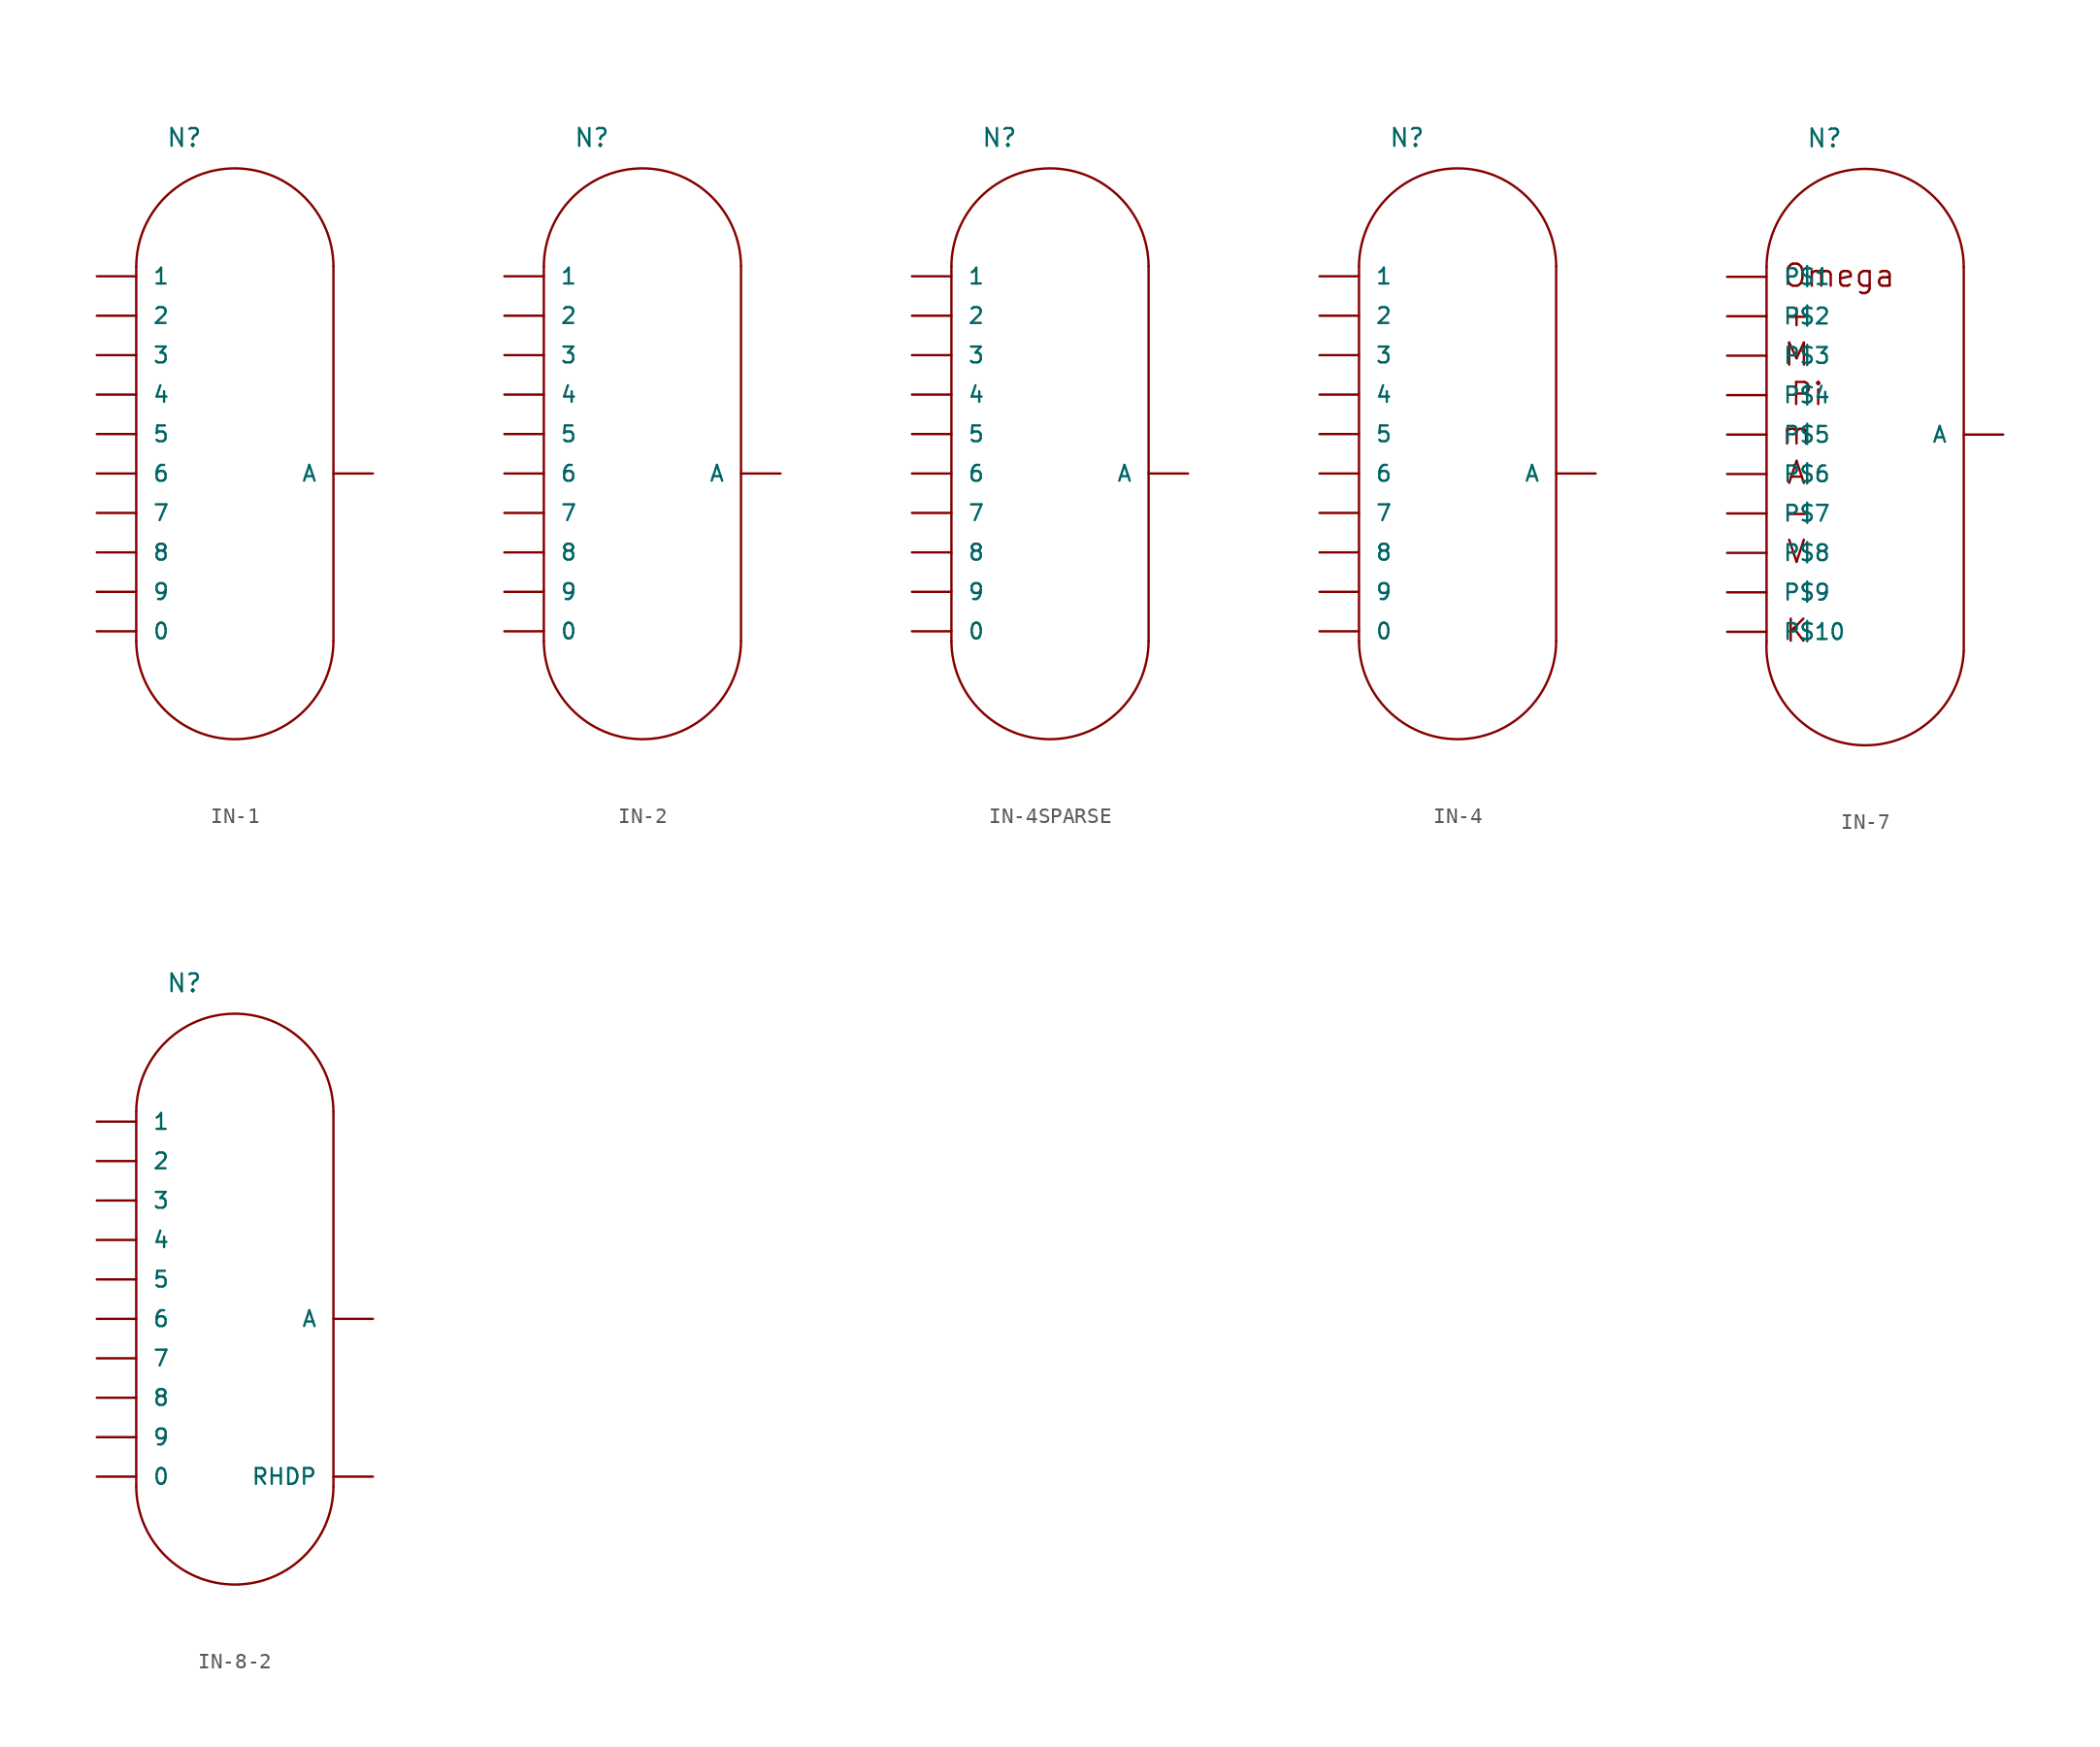
<source format=kicad_sym>
(kicad_symbol_lib
  (version 20220914)
  (generator kicad_symbol_editor)
  (symbol "IN-1"
    (pin_numbers hide)
    (pin_names
      (offset 1.016))
    (property "Reference" "N"
      (at -5.715 20.955 0)
      (effects (font (size 1.143 1.143)) (justify left bottom)))
    (property "ki_locked" ""
      (at 0 0 0)
      (effects (font (size 1.27 1.27))))
    (symbol "IN-1_1_0"
      (polyline (pts (xy -7.62 -10.795) (xy -7.62 13.335)) (stroke (width 0) (type solid)) (fill (type none)))
      (polyline (pts (xy 5.08 -10.795) (xy 5.08 13.335)) (stroke (width 0) (type solid)) (fill (type none))))
    (symbol "IN-1_1_1"
      (arc (start -7.62 -10.795) (mid -1.27 -17.1174) (end 5.08 -10.795) (stroke (width 0) (type solid)) (fill (type none)))
      (arc (start 5.08 13.335) (mid -1.27 19.6574) (end -7.62 13.335) (stroke (width 0) (type solid)) (fill (type none)))
      (pin bidirectional line (at -10.16 -10.16 0) (length 2.54) (name "0" (effects (font (size 1.016 1.016)))) (number "0" (effects (font (size 1.016 1.016)))))
      (pin bidirectional line (at -10.16 12.7 0) (length 2.54) (name "1" (effects (font (size 1.016 1.016)))) (number "1" (effects (font (size 1.016 1.016)))))
      (pin bidirectional line (at -10.16 10.16 0) (length 2.54) (name "2" (effects (font (size 1.016 1.016)))) (number "2" (effects (font (size 1.016 1.016)))))
      (pin bidirectional line (at -10.16 7.62 0) (length 2.54) (name "3" (effects (font (size 1.016 1.016)))) (number "3" (effects (font (size 1.016 1.016)))))
      (pin bidirectional line (at -10.16 5.08 0) (length 2.54) (name "4" (effects (font (size 1.016 1.016)))) (number "4" (effects (font (size 1.016 1.016)))))
      (pin bidirectional line (at -10.16 2.54 0) (length 2.54) (name "5" (effects (font (size 1.016 1.016)))) (number "5" (effects (font (size 1.016 1.016)))))
      (pin bidirectional line (at -10.16 0 0) (length 2.54) (name "6" (effects (font (size 1.016 1.016)))) (number "6" (effects (font (size 1.016 1.016)))))
      (pin bidirectional line (at -10.16 -2.54 0) (length 2.54) (name "7" (effects (font (size 1.016 1.016)))) (number "7" (effects (font (size 1.016 1.016)))))
      (pin bidirectional line (at -10.16 -5.08 0) (length 2.54) (name "8" (effects (font (size 1.016 1.016)))) (number "8" (effects (font (size 1.016 1.016)))))
      (pin bidirectional line (at -10.16 -7.62 0) (length 2.54) (name "9" (effects (font (size 1.016 1.016)))) (number "9" (effects (font (size 1.016 1.016)))))
      (pin bidirectional line (at 7.62 0 180) (length 2.54) (name "A" (effects (font (size 1.016 1.016)))) (number "A" (effects (font (size 1.016 1.016)))))))
  (symbol "IN-2"
    (pin_numbers hide)
    (pin_names
      (offset 1.016))
    (property "Reference" "N"
      (at -5.715 20.955 0)
      (effects (font (size 1.143 1.143)) (justify left bottom)))
    (property "ki_locked" ""
      (at 0 0 0)
      (effects (font (size 1.27 1.27))))
    (symbol "IN-2_1_0"
      (polyline (pts (xy -7.62 -10.795) (xy -7.62 13.335)) (stroke (width 0) (type solid)) (fill (type none)))
      (polyline (pts (xy 5.08 -10.795) (xy 5.08 13.335)) (stroke (width 0) (type solid)) (fill (type none))))
    (symbol "IN-2_1_1"
      (arc (start -7.62 -10.795) (mid -1.27 -17.1174) (end 5.08 -10.795) (stroke (width 0) (type solid)) (fill (type none)))
      (arc (start 5.08 13.335) (mid -1.27 19.6574) (end -7.62 13.335) (stroke (width 0) (type solid)) (fill (type none)))
      (pin bidirectional line (at -10.16 -10.16 0) (length 2.54) (name "0" (effects (font (size 1.016 1.016)))) (number "0" (effects (font (size 1.016 1.016)))))
      (pin bidirectional line (at -10.16 12.7 0) (length 2.54) (name "1" (effects (font (size 1.016 1.016)))) (number "1" (effects (font (size 1.016 1.016)))))
      (pin bidirectional line (at -10.16 10.16 0) (length 2.54) (name "2" (effects (font (size 1.016 1.016)))) (number "2" (effects (font (size 1.016 1.016)))))
      (pin bidirectional line (at -10.16 7.62 0) (length 2.54) (name "3" (effects (font (size 1.016 1.016)))) (number "3" (effects (font (size 1.016 1.016)))))
      (pin bidirectional line (at -10.16 5.08 0) (length 2.54) (name "4" (effects (font (size 1.016 1.016)))) (number "4" (effects (font (size 1.016 1.016)))))
      (pin bidirectional line (at -10.16 2.54 0) (length 2.54) (name "5" (effects (font (size 1.016 1.016)))) (number "5" (effects (font (size 1.016 1.016)))))
      (pin bidirectional line (at -10.16 0 0) (length 2.54) (name "6" (effects (font (size 1.016 1.016)))) (number "6" (effects (font (size 1.016 1.016)))))
      (pin bidirectional line (at -10.16 -2.54 0) (length 2.54) (name "7" (effects (font (size 1.016 1.016)))) (number "7" (effects (font (size 1.016 1.016)))))
      (pin bidirectional line (at -10.16 -5.08 0) (length 2.54) (name "8" (effects (font (size 1.016 1.016)))) (number "8" (effects (font (size 1.016 1.016)))))
      (pin bidirectional line (at -10.16 -7.62 0) (length 2.54) (name "9" (effects (font (size 1.016 1.016)))) (number "9" (effects (font (size 1.016 1.016)))))
      (pin bidirectional line (at 7.62 0 180) (length 2.54) (name "A" (effects (font (size 1.016 1.016)))) (number "A" (effects (font (size 1.016 1.016)))))))
  (symbol "IN-4SPARSE"
    (pin_numbers hide)
    (pin_names
      (offset 1.016))
    (property "Reference" "N"
      (at -5.715 20.955 0)
      (effects (font (size 1.143 1.143)) (justify left bottom)))
    (property "ki_locked" ""
      (at 0 0 0)
      (effects (font (size 1.27 1.27))))
    (symbol "IN-4SPARSE_1_0"
      (polyline (pts (xy -7.62 -10.795) (xy -7.62 13.335)) (stroke (width 0) (type solid)) (fill (type none)))
      (polyline (pts (xy 5.08 -10.795) (xy 5.08 13.335)) (stroke (width 0) (type solid)) (fill (type none))))
    (symbol "IN-4SPARSE_1_1"
      (arc (start -7.62 -10.795) (mid -1.27 -17.1174) (end 5.08 -10.795) (stroke (width 0) (type solid)) (fill (type none)))
      (arc (start 5.08 13.335) (mid -1.27 19.6574) (end -7.62 13.335) (stroke (width 0) (type solid)) (fill (type none)))
      (pin bidirectional line (at -10.16 -10.16 0) (length 2.54) (name "0" (effects (font (size 1.016 1.016)))) (number "0" (effects (font (size 1.016 1.016)))))
      (pin bidirectional line (at -10.16 12.7 0) (length 2.54) (name "1" (effects (font (size 1.016 1.016)))) (number "1" (effects (font (size 1.016 1.016)))))
      (pin bidirectional line (at -10.16 10.16 0) (length 2.54) (name "2" (effects (font (size 1.016 1.016)))) (number "2" (effects (font (size 1.016 1.016)))))
      (pin bidirectional line (at -10.16 7.62 0) (length 2.54) (name "3" (effects (font (size 1.016 1.016)))) (number "3" (effects (font (size 1.016 1.016)))))
      (pin bidirectional line (at -10.16 5.08 0) (length 2.54) (name "4" (effects (font (size 1.016 1.016)))) (number "4" (effects (font (size 1.016 1.016)))))
      (pin bidirectional line (at -10.16 2.54 0) (length 2.54) (name "5" (effects (font (size 1.016 1.016)))) (number "5" (effects (font (size 1.016 1.016)))))
      (pin bidirectional line (at -10.16 0 0) (length 2.54) (name "6" (effects (font (size 1.016 1.016)))) (number "6" (effects (font (size 1.016 1.016)))))
      (pin bidirectional line (at -10.16 -2.54 0) (length 2.54) (name "7" (effects (font (size 1.016 1.016)))) (number "7" (effects (font (size 1.016 1.016)))))
      (pin bidirectional line (at -10.16 -5.08 0) (length 2.54) (name "8" (effects (font (size 1.016 1.016)))) (number "8" (effects (font (size 1.016 1.016)))))
      (pin bidirectional line (at -10.16 -7.62 0) (length 2.54) (name "9" (effects (font (size 1.016 1.016)))) (number "9" (effects (font (size 1.016 1.016)))))
      (pin bidirectional line (at 7.62 0 180) (length 2.54) (name "A" (effects (font (size 1.016 1.016)))) (number "A3" (effects (font (size 1.016 1.016)))))))
  (symbol "IN-4"
    (pin_numbers hide)
    (pin_names
      (offset 1.016))
    (property "Reference" "N"
      (at -5.715 20.955 0)
      (effects (font (size 1.143 1.143)) (justify left bottom)))
    (property "ki_locked" ""
      (at 0 0 0)
      (effects (font (size 1.27 1.27))))
    (symbol "IN-4_1_0"
      (polyline (pts (xy -7.62 -10.795) (xy -7.62 13.335)) (stroke (width 0) (type solid)) (fill (type none)))
      (polyline (pts (xy 5.08 -10.795) (xy 5.08 13.335)) (stroke (width 0) (type solid)) (fill (type none))))
    (symbol "IN-4_1_1"
      (arc (start -7.62 -10.795) (mid -1.27 -17.1174) (end 5.08 -10.795) (stroke (width 0) (type solid)) (fill (type none)))
      (arc (start 5.08 13.335) (mid -1.27 19.6574) (end -7.62 13.335) (stroke (width 0) (type solid)) (fill (type none)))
      (pin bidirectional line (at -10.16 -10.16 0) (length 2.54) (name "0" (effects (font (size 1.016 1.016)))) (number "0" (effects (font (size 1.016 1.016)))))
      (pin bidirectional line (at -10.16 12.7 0) (length 2.54) (name "1" (effects (font (size 1.016 1.016)))) (number "1" (effects (font (size 1.016 1.016)))))
      (pin bidirectional line (at -10.16 10.16 0) (length 2.54) (name "2" (effects (font (size 1.016 1.016)))) (number "2" (effects (font (size 1.016 1.016)))))
      (pin bidirectional line (at -10.16 7.62 0) (length 2.54) (name "3" (effects (font (size 1.016 1.016)))) (number "3" (effects (font (size 1.016 1.016)))))
      (pin bidirectional line (at -10.16 5.08 0) (length 2.54) (name "4" (effects (font (size 1.016 1.016)))) (number "4" (effects (font (size 1.016 1.016)))))
      (pin bidirectional line (at -10.16 2.54 0) (length 2.54) (name "5" (effects (font (size 1.016 1.016)))) (number "5" (effects (font (size 1.016 1.016)))))
      (pin bidirectional line (at -10.16 0 0) (length 2.54) (name "6" (effects (font (size 1.016 1.016)))) (number "6" (effects (font (size 1.016 1.016)))))
      (pin bidirectional line (at -10.16 -2.54 0) (length 2.54) (name "7" (effects (font (size 1.016 1.016)))) (number "7" (effects (font (size 1.016 1.016)))))
      (pin bidirectional line (at -10.16 -5.08 0) (length 2.54) (name "8" (effects (font (size 1.016 1.016)))) (number "8" (effects (font (size 1.016 1.016)))))
      (pin bidirectional line (at -10.16 -7.62 0) (length 2.54) (name "9" (effects (font (size 1.016 1.016)))) (number "9" (effects (font (size 1.016 1.016)))))
      (pin bidirectional line (at 7.62 0 180) (length 2.54) (name "A" (effects (font (size 1.016 1.016)))) (number "A3" (effects (font (size 1.016 1.016)))))))
  (symbol "IN-7"
    (pin_numbers hide)
    (pin_names
      (offset 1.016))
    (property "Reference" "N"
      (at -2.54 20.955 0)
      (effects (font (size 1.143 1.143)) (justify left bottom)))
    (property "ki_locked" ""
      (at 0 0 0)
      (effects (font (size 1.27 1.27))))
    (symbol "IN-7_1_0"
      (polyline (pts (xy -5.08 -10.795) (xy -5.08 13.335)) (stroke (width 0) (type solid)) (fill (type none)))
      (polyline (pts (xy 7.62 -11.43) (xy 7.62 13.335)) (stroke (width 0) (type solid)) (fill (type none)))
      (text "+" (at -3.15 10.236 0) (effects (font (size 1.422 1.422))))
      (text "-" (at -3.15 -2.464 0) (effects (font (size 1.422 1.422))))
      (text "A" (at -3.15 0.076 0) (effects (font (size 1.422 1.422))))
      (text "K" (at -3.15 -10.084 0) (effects (font (size 1.422 1.422))))
      (text "m" (at -3.15 2.616 0) (effects (font (size 1.422 1.422))))
      (text "M" (at -3.15 7.696 0) (effects (font (size 1.422 1.422))))
      (text "Omega" (at -0.406 12.776 0) (effects (font (size 1.422 1.422))))
      (text "Pi" (at -2.464 5.156 0) (effects (font (size 1.422 1.422))))
      (text "V" (at -3.15 -5.004 0) (effects (font (size 1.422 1.422))))
      (text "~" (at -3.15 -7.544 0) (effects (font (size 1.422 1.422)))))
    (symbol "IN-7_1_1"
      (arc (start -5.08 -10.795) (mid 0.9525 -17.4492) (end 7.62 -11.43) (stroke (width 0) (type solid)) (fill (type none)))
      (arc (start 7.62 13.335) (mid 1.27 19.6574) (end -5.08 13.335) (stroke (width 0) (type solid)) (fill (type none)))
      (pin bidirectional line (at -7.62 -10.16 0) (length 2.54) (name "P$10" (effects (font (size 1.016 1.016)))) (number "0" (effects (font (size 1.016 1.016)))))
      (pin bidirectional line (at -7.62 12.7 0) (length 2.54) (name "P$1" (effects (font (size 1.016 1.016)))) (number "1" (effects (font (size 1.016 1.016)))))
      (pin bidirectional line (at -7.62 -5.08 0) (length 2.54) (name "P$8" (effects (font (size 1.016 1.016)))) (number "3" (effects (font (size 1.016 1.016)))))
      (pin bidirectional line (at 10.16 2.54 180) (length 2.54) (name "A" (effects (font (size 1.016 1.016)))) (number "4" (effects (font (size 1.016 1.016)))))
      (pin bidirectional line (at -7.62 2.54 0) (length 2.54) (name "P$5" (effects (font (size 1.016 1.016)))) (number "6" (effects (font (size 1.016 1.016)))))
      (pin bidirectional line (at -7.62 0 0) (length 2.54) (name "P$6" (effects (font (size 1.016 1.016)))) (number "7" (effects (font (size 1.016 1.016)))))
      (pin bidirectional line (at -7.62 7.62 0) (length 2.54) (name "P$3" (effects (font (size 1.016 1.016)))) (number "8" (effects (font (size 1.016 1.016)))))
      (pin bidirectional line (at -7.62 -2.54 0) (length 2.54) (name "P$7" (effects (font (size 1.016 1.016)))) (number "9" (effects (font (size 1.016 1.016)))))
      (pin bidirectional line (at -7.62 10.16 0) (length 2.54) (name "P$2" (effects (font (size 1.016 1.016)))) (number "A" (effects (font (size 1.016 1.016)))))
      (pin bidirectional line (at -7.62 -7.62 0) (length 2.54) (name "P$9" (effects (font (size 1.016 1.016)))) (number "A2" (effects (font (size 1.016 1.016)))))
      (pin bidirectional line (at -7.62 5.08 0) (length 2.54) (name "P$4" (effects (font (size 1.016 1.016)))) (number "N/C" (effects (font (size 1.016 1.016)))))))
  (symbol "IN-8-2"
    (pin_numbers hide)
    (pin_names
      (offset 1.016))
    (property "Reference" "N"
      (at -3.175 20.955 0)
      (effects (font (size 1.143 1.143)) (justify left bottom)))
    (property "ki_locked" ""
      (at 0 0 0)
      (effects (font (size 1.27 1.27))))
    (symbol "IN-8-2_1_0"
      (polyline (pts (xy -5.08 -10.795) (xy -5.08 13.335)) (stroke (width 0) (type solid)) (fill (type none)))
      (polyline (pts (xy 7.62 -10.795) (xy 7.62 13.335)) (stroke (width 0) (type solid)) (fill (type none))))
    (symbol "IN-8-2_1_1"
      (arc (start -5.08 -10.795) (mid 1.27 -17.1174) (end 7.62 -10.795) (stroke (width 0) (type solid)) (fill (type none)))
      (arc (start 7.62 13.335) (mid 1.27 19.6574) (end -5.08 13.335) (stroke (width 0) (type solid)) (fill (type none)))
      (pin bidirectional line (at 10.16 -10.16 180) (length 2.54) (name "RHDP" (effects (font (size 1.016 1.016)))) (number "." (effects (font (size 1.016 1.016)))))
      (pin bidirectional line (at -7.62 -10.16 0) (length 2.54) (name "0" (effects (font (size 1.016 1.016)))) (number "0" (effects (font (size 1.016 1.016)))))
      (pin bidirectional line (at -7.62 12.7 0) (length 2.54) (name "1" (effects (font (size 1.016 1.016)))) (number "1" (effects (font (size 1.016 1.016)))))
      (pin bidirectional line (at -7.62 10.16 0) (length 2.54) (name "2" (effects (font (size 1.016 1.016)))) (number "2" (effects (font (size 1.016 1.016)))))
      (pin bidirectional line (at -7.62 7.62 0) (length 2.54) (name "3" (effects (font (size 1.016 1.016)))) (number "3" (effects (font (size 1.016 1.016)))))
      (pin bidirectional line (at -7.62 5.08 0) (length 2.54) (name "4" (effects (font (size 1.016 1.016)))) (number "4" (effects (font (size 1.016 1.016)))))
      (pin bidirectional line (at -7.62 2.54 0) (length 2.54) (name "5" (effects (font (size 1.016 1.016)))) (number "5" (effects (font (size 1.016 1.016)))))
      (pin bidirectional line (at -7.62 0 0) (length 2.54) (name "6" (effects (font (size 1.016 1.016)))) (number "6" (effects (font (size 1.016 1.016)))))
      (pin bidirectional line (at -7.62 -2.54 0) (length 2.54) (name "7" (effects (font (size 1.016 1.016)))) (number "7" (effects (font (size 1.016 1.016)))))
      (pin bidirectional line (at -7.62 -5.08 0) (length 2.54) (name "8" (effects (font (size 1.016 1.016)))) (number "8" (effects (font (size 1.016 1.016)))))
      (pin bidirectional line (at -7.62 -7.62 0) (length 2.54) (name "9" (effects (font (size 1.016 1.016)))) (number "9" (effects (font (size 1.016 1.016)))))
      (pin bidirectional line (at 10.16 0 180) (length 2.54) (name "A" (effects (font (size 1.016 1.016)))) (number "A" (effects (font (size 1.016 1.016))))))))
</source>
